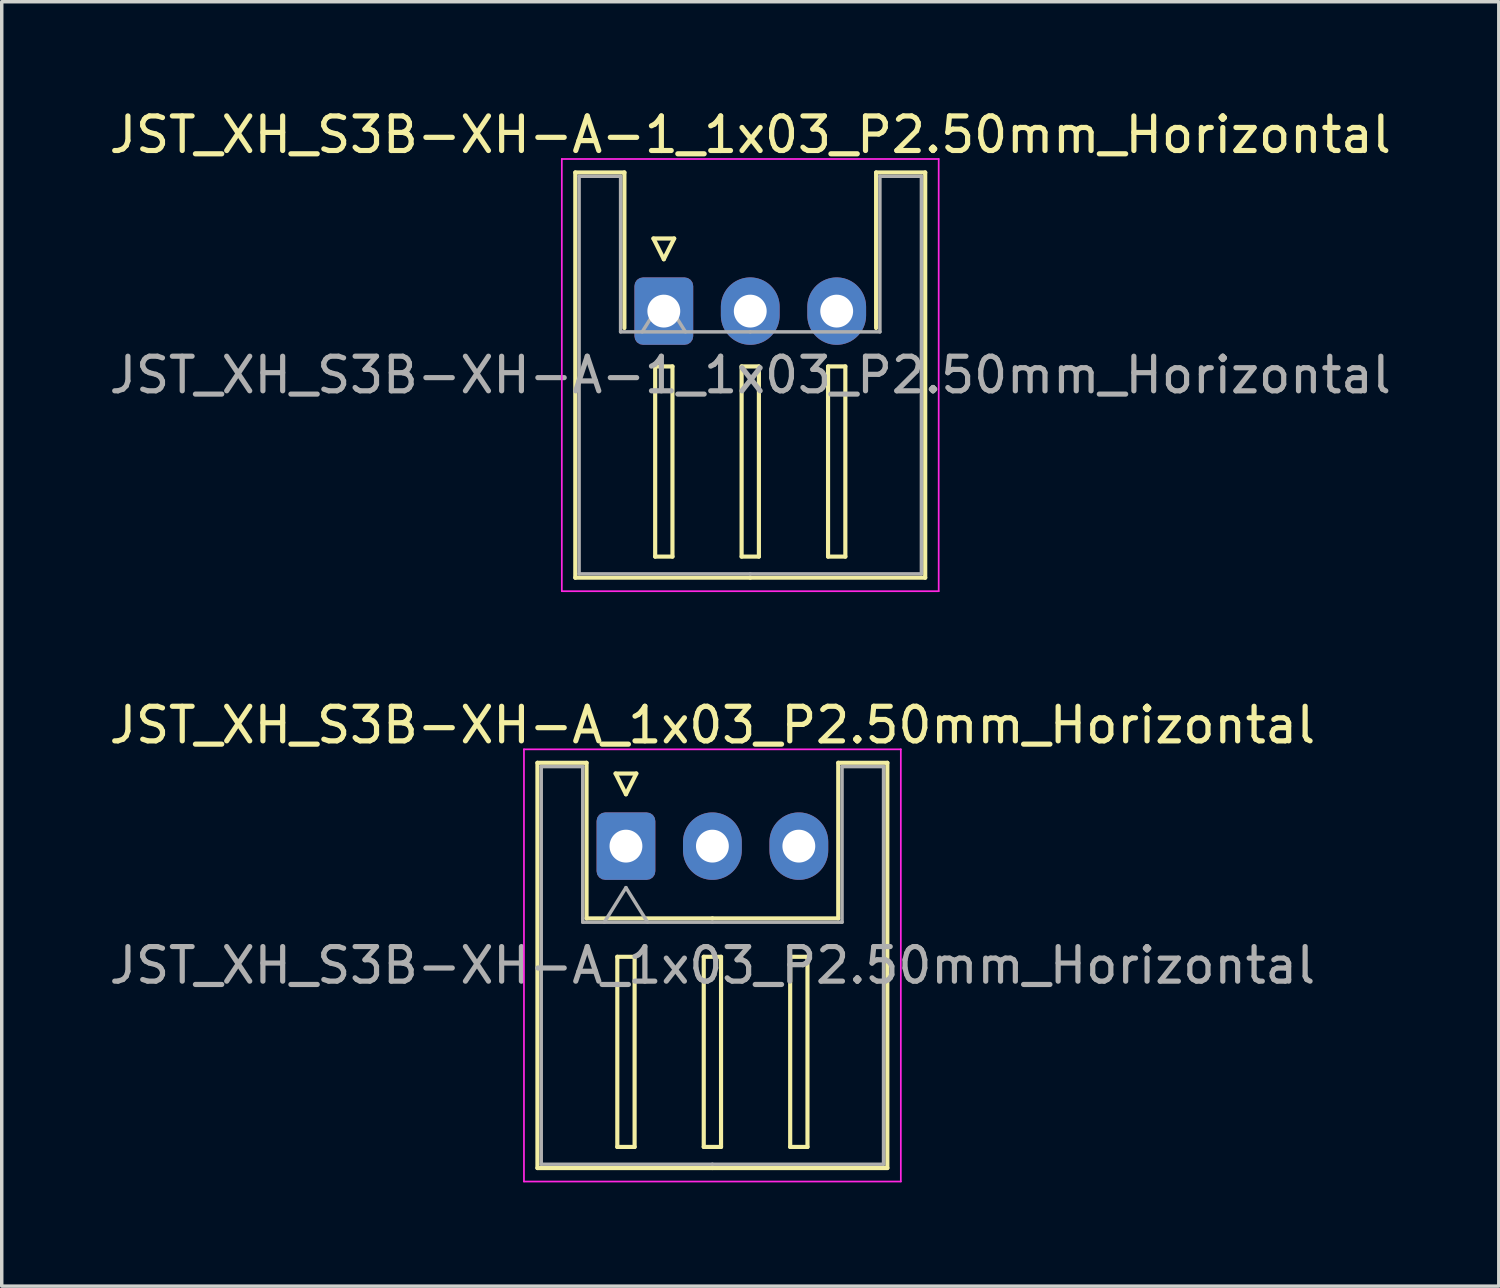
<source format=kicad_pcb>
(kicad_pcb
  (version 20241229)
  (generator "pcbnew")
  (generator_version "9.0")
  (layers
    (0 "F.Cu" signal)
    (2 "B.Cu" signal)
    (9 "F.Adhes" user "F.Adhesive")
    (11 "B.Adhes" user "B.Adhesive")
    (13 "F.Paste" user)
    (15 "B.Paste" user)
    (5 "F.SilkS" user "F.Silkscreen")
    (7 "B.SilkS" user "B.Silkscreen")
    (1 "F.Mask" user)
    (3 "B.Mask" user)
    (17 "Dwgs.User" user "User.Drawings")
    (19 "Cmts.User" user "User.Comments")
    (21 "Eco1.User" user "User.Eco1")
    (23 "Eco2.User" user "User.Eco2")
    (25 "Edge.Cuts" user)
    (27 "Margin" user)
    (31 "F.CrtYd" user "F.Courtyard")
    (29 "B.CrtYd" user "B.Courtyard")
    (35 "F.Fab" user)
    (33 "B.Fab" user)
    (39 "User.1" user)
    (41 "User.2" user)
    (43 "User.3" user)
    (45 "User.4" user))
  (footprint "JST_XH_S3B-XH-A_1x03_P2.50mm_Horizontal"
    (layer "F.Cu")
    (at 15.054 21.422)
    (property "Reference" "JST_XH_S3B-XH-A_1x03_P2.50mm_Horizontal" (at 2.5 -3.5 0) (layer "F.SilkS") (effects (font (size 1 1) (thickness 0.15))))
    (attr through_hole)
    (fp_line (start -2.56 -2.41) (end -1.14 -2.41) (stroke (width 0.12) (type solid)) (layer "F.SilkS"))
    (fp_line (start -2.56 9.31) (end -2.56 -2.41) (stroke (width 0.12) (type solid)) (layer "F.SilkS"))
    (fp_line (start -1.14 -2.41) (end -1.14 2.09) (stroke (width 0.12) (type solid)) (layer "F.SilkS"))
    (fp_line (start -1.14 2.09) (end 2.5 2.09) (stroke (width 0.12) (type solid)) (layer "F.SilkS"))
    (fp_line (start -0.3 -2.1) (end 0.3 -2.1) (stroke (width 0.12) (type solid)) (layer "F.SilkS"))
    (fp_line (start -0.25 3.2) (end -0.25 8.7) (stroke (width 0.12) (type solid)) (layer "F.SilkS"))
    (fp_line (start -0.25 8.7) (end 0.25 8.7) (stroke (width 0.12) (type solid)) (layer "F.SilkS"))
    (fp_line (start 0 -1.5) (end -0.3 -2.1) (stroke (width 0.12) (type solid)) (layer "F.SilkS"))
    (fp_line (start 0.25 3.2) (end -0.25 3.2) (stroke (width 0.12) (type solid)) (layer "F.SilkS"))
    (fp_line (start 0.25 8.7) (end 0.25 3.2) (stroke (width 0.12) (type solid)) (layer "F.SilkS"))
    (fp_line (start 0.3 -2.1) (end 0 -1.5) (stroke (width 0.12) (type solid)) (layer "F.SilkS"))
    (fp_line (start 2.25 3.2) (end 2.25 8.7) (stroke (width 0.12) (type solid)) (layer "F.SilkS"))
    (fp_line (start 2.25 8.7) (end 2.75 8.7) (stroke (width 0.12) (type solid)) (layer "F.SilkS"))
    (fp_line (start 2.5 9.31) (end -2.56 9.31) (stroke (width 0.12) (type solid)) (layer "F.SilkS"))
    (fp_line (start 2.5 9.31) (end 7.56 9.31) (stroke (width 0.12) (type solid)) (layer "F.SilkS"))
    (fp_line (start 2.75 3.2) (end 2.25 3.2) (stroke (width 0.12) (type solid)) (layer "F.SilkS"))
    (fp_line (start 2.75 8.7) (end 2.75 3.2) (stroke (width 0.12) (type solid)) (layer "F.SilkS"))
    (fp_line (start 4.75 3.2) (end 4.75 8.7) (stroke (width 0.12) (type solid)) (layer "F.SilkS"))
    (fp_line (start 4.75 8.7) (end 5.25 8.7) (stroke (width 0.12) (type solid)) (layer "F.SilkS"))
    (fp_line (start 5.25 3.2) (end 4.75 3.2) (stroke (width 0.12) (type solid)) (layer "F.SilkS"))
    (fp_line (start 5.25 8.7) (end 5.25 3.2) (stroke (width 0.12) (type solid)) (layer "F.SilkS"))
    (fp_line (start 6.14 -2.41) (end 6.14 2.09) (stroke (width 0.12) (type solid)) (layer "F.SilkS"))
    (fp_line (start 6.14 2.09) (end 2.5 2.09) (stroke (width 0.12) (type solid)) (layer "F.SilkS"))
    (fp_line (start 7.56 -2.41) (end 6.14 -2.41) (stroke (width 0.12) (type solid)) (layer "F.SilkS"))
    (fp_line (start 7.56 9.31) (end 7.56 -2.41) (stroke (width 0.12) (type solid)) (layer "F.SilkS"))
    (fp_line (start -2.95 -2.8) (end -2.95 9.7) (stroke (width 0.05) (type solid)) (layer "F.CrtYd"))
    (fp_line (start -2.95 9.7) (end 7.95 9.7) (stroke (width 0.05) (type solid)) (layer "F.CrtYd"))
    (fp_line (start 7.95 -2.8) (end -2.95 -2.8) (stroke (width 0.05) (type solid)) (layer "F.CrtYd"))
    (fp_line (start 7.95 9.7) (end 7.95 -2.8) (stroke (width 0.05) (type solid)) (layer "F.CrtYd"))
    (fp_line (start -2.45 -2.3) (end -1.25 -2.3) (stroke (width 0.1) (type solid)) (layer "F.Fab"))
    (fp_line (start -2.45 9.2) (end -2.45 -2.3) (stroke (width 0.1) (type solid)) (layer "F.Fab"))
    (fp_line (start -1.25 -2.3) (end -1.25 2.2) (stroke (width 0.1) (type solid)) (layer "F.Fab"))
    (fp_line (start -1.25 2.2) (end 2.5 2.2) (stroke (width 0.1) (type solid)) (layer "F.Fab"))
    (fp_line (start -0.625 2.2) (end 0 1.2) (stroke (width 0.1) (type solid)) (layer "F.Fab"))
    (fp_line (start 0 1.2) (end 0.625 2.2) (stroke (width 0.1) (type solid)) (layer "F.Fab"))
    (fp_line (start 2.5 9.2) (end -2.45 9.2) (stroke (width 0.1) (type solid)) (layer "F.Fab"))
    (fp_line (start 2.5 9.2) (end 7.45 9.2) (stroke (width 0.1) (type solid)) (layer "F.Fab"))
    (fp_line (start 6.25 -2.3) (end 6.25 2.2) (stroke (width 0.1) (type solid)) (layer "F.Fab"))
    (fp_line (start 6.25 2.2) (end 2.5 2.2) (stroke (width 0.1) (type solid)) (layer "F.Fab"))
    (fp_line (start 7.45 -2.3) (end 6.25 -2.3) (stroke (width 0.1) (type solid)) (layer "F.Fab"))
    (fp_line (start 7.45 9.2) (end 7.45 -2.3) (stroke (width 0.1) (type solid)) (layer "F.Fab"))
    (fp_text user "${REFERENCE}" (at 2.5 3.45 0) (layer "F.Fab") (effects (font (size 1 1) (thickness 0.15))))
    (pad "1" thru_hole roundrect (at 0 0) (size 1.7 1.95) (drill 0.95) (layers "*.Cu" "*.Mask") (roundrect_rratio 0.147))
    (pad "2" thru_hole oval (at 2.5 0) (size 1.7 1.95) (drill 0.95) (layers "*.Cu" "*.Mask"))
    (pad "3" thru_hole oval (at 5 0) (size 1.7 1.95) (drill 0.95) (layers "*.Cu" "*.Mask")))
  (footprint "JST_XH_S3B-XH-A-1_1x03_P2.50mm_Horizontal"
    (layer "F.Cu")
    (at 16.149 5.948)
    (property "Reference" "JST_XH_S3B-XH-A-1_1x03_P2.50mm_Horizontal" (at 2.5 -5.1 0) (layer "F.SilkS") (effects (font (size 1 1) (thickness 0.15))))
    (attr through_hole)
    (fp_line (start -2.56 -4.01) (end -1.14 -4.01) (stroke (width 0.12) (type solid)) (layer "F.SilkS"))
    (fp_line (start -2.56 7.71) (end -2.56 -4.01) (stroke (width 0.12) (type solid)) (layer "F.SilkS"))
    (fp_line (start -1.14 -4.01) (end -1.14 0.49) (stroke (width 0.12) (type solid)) (layer "F.SilkS"))
    (fp_line (start -0.3 -2.1) (end 0.3 -2.1) (stroke (width 0.12) (type solid)) (layer "F.SilkS"))
    (fp_line (start -0.25 1.6) (end -0.25 7.1) (stroke (width 0.12) (type solid)) (layer "F.SilkS"))
    (fp_line (start -0.25 7.1) (end 0.25 7.1) (stroke (width 0.12) (type solid)) (layer "F.SilkS"))
    (fp_line (start 0 -1.5) (end -0.3 -2.1) (stroke (width 0.12) (type solid)) (layer "F.SilkS"))
    (fp_line (start 0.25 1.6) (end -0.25 1.6) (stroke (width 0.12) (type solid)) (layer "F.SilkS"))
    (fp_line (start 0.25 7.1) (end 0.25 1.6) (stroke (width 0.12) (type solid)) (layer "F.SilkS"))
    (fp_line (start 0.3 -2.1) (end 0 -1.5) (stroke (width 0.12) (type solid)) (layer "F.SilkS"))
    (fp_line (start 2.25 1.6) (end 2.25 7.1) (stroke (width 0.12) (type solid)) (layer "F.SilkS"))
    (fp_line (start 2.25 7.1) (end 2.75 7.1) (stroke (width 0.12) (type solid)) (layer "F.SilkS"))
    (fp_line (start 2.5 7.71) (end -2.56 7.71) (stroke (width 0.12) (type solid)) (layer "F.SilkS"))
    (fp_line (start 2.5 7.71) (end 7.56 7.71) (stroke (width 0.12) (type solid)) (layer "F.SilkS"))
    (fp_line (start 2.75 1.6) (end 2.25 1.6) (stroke (width 0.12) (type solid)) (layer "F.SilkS"))
    (fp_line (start 2.75 7.1) (end 2.75 1.6) (stroke (width 0.12) (type solid)) (layer "F.SilkS"))
    (fp_line (start 4.75 1.6) (end 4.75 7.1) (stroke (width 0.12) (type solid)) (layer "F.SilkS"))
    (fp_line (start 4.75 7.1) (end 5.25 7.1) (stroke (width 0.12) (type solid)) (layer "F.SilkS"))
    (fp_line (start 5.25 1.6) (end 4.75 1.6) (stroke (width 0.12) (type solid)) (layer "F.SilkS"))
    (fp_line (start 5.25 7.1) (end 5.25 1.6) (stroke (width 0.12) (type solid)) (layer "F.SilkS"))
    (fp_line (start 6.14 -4.01) (end 6.14 0.49) (stroke (width 0.12) (type solid)) (layer "F.SilkS"))
    (fp_line (start 7.56 -4.01) (end 6.14 -4.01) (stroke (width 0.12) (type solid)) (layer "F.SilkS"))
    (fp_line (start 7.56 7.71) (end 7.56 -4.01) (stroke (width 0.12) (type solid)) (layer "F.SilkS"))
    (fp_line (start -2.95 -4.4) (end -2.95 8.1) (stroke (width 0.05) (type solid)) (layer "F.CrtYd"))
    (fp_line (start -2.95 8.1) (end 7.95 8.1) (stroke (width 0.05) (type solid)) (layer "F.CrtYd"))
    (fp_line (start 7.95 -4.4) (end -2.95 -4.4) (stroke (width 0.05) (type solid)) (layer "F.CrtYd"))
    (fp_line (start 7.95 8.1) (end 7.95 -4.4) (stroke (width 0.05) (type solid)) (layer "F.CrtYd"))
    (fp_line (start -2.45 -3.9) (end -1.25 -3.9) (stroke (width 0.1) (type solid)) (layer "F.Fab"))
    (fp_line (start -2.45 7.6) (end -2.45 -3.9) (stroke (width 0.1) (type solid)) (layer "F.Fab"))
    (fp_line (start -1.25 -3.9) (end -1.25 0.6) (stroke (width 0.1) (type solid)) (layer "F.Fab"))
    (fp_line (start -1.25 0.6) (end 2.5 0.6) (stroke (width 0.1) (type solid)) (layer "F.Fab"))
    (fp_line (start -0.625 0.6) (end 0 -0.4) (stroke (width 0.1) (type solid)) (layer "F.Fab"))
    (fp_line (start 0 -0.4) (end 0.625 0.6) (stroke (width 0.1) (type solid)) (layer "F.Fab"))
    (fp_line (start 2.5 7.6) (end -2.45 7.6) (stroke (width 0.1) (type solid)) (layer "F.Fab"))
    (fp_line (start 2.5 7.6) (end 7.45 7.6) (stroke (width 0.1) (type solid)) (layer "F.Fab"))
    (fp_line (start 6.25 -3.9) (end 6.25 0.6) (stroke (width 0.1) (type solid)) (layer "F.Fab"))
    (fp_line (start 6.25 0.6) (end 2.5 0.6) (stroke (width 0.1) (type solid)) (layer "F.Fab"))
    (fp_line (start 7.45 -3.9) (end 6.25 -3.9) (stroke (width 0.1) (type solid)) (layer "F.Fab"))
    (fp_line (start 7.45 7.6) (end 7.45 -3.9) (stroke (width 0.1) (type solid)) (layer "F.Fab"))
    (fp_text user "${REFERENCE}" (at 2.5 1.85 0) (layer "F.Fab") (effects (font (size 1 1) (thickness 0.15))))
    (pad "1" thru_hole roundrect (at 0 0) (size 1.7 1.95) (drill 0.95) (layers "*.Cu" "*.Mask") (roundrect_rratio 0.147))
    (pad "2" thru_hole oval (at 2.5 0) (size 1.7 1.95) (drill 0.95) (layers "*.Cu" "*.Mask"))
    (pad "3" thru_hole oval (at 5 0) (size 1.7 1.95) (drill 0.95) (layers "*.Cu" "*.Mask")))
  (gr_rect
    (start -3 -3)
    (end 40.298 34.147)
    (stroke (width 0.1) (type default))
    (fill no)
    (layer "Edge.Cuts")))
</source>
